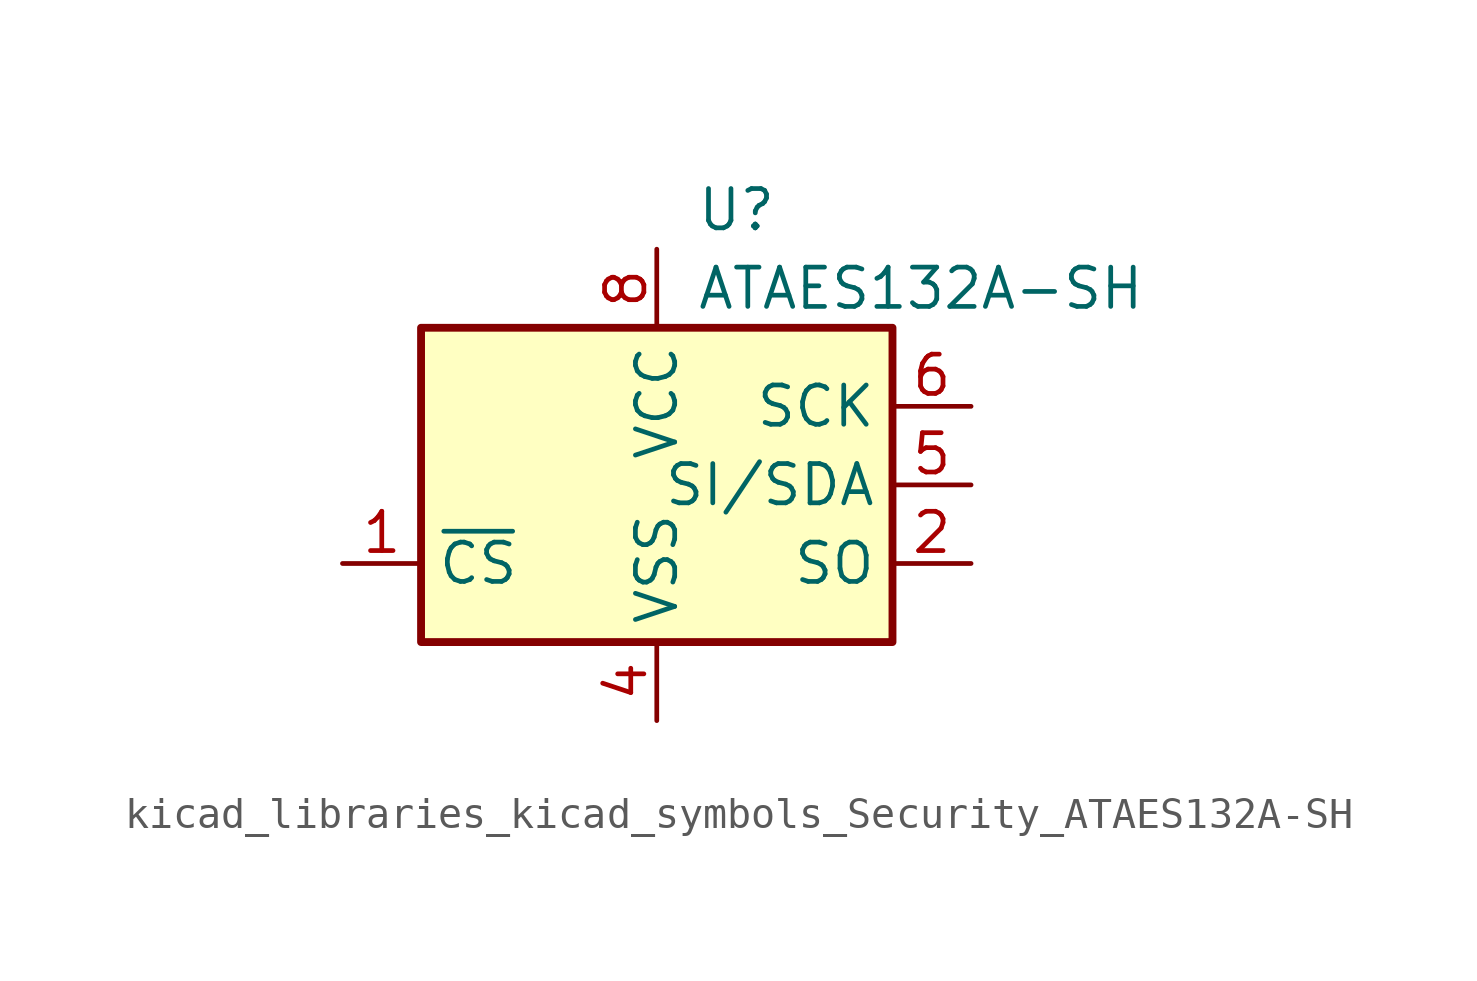
<source format=kicad_sym>
(kicad_symbol_lib
  (version 20220914)
  (generator kicad_symbol_editor)
  (symbol "kicad_libraries_kicad_symbols_Security_ATAES132A-SH"
    (property "Reference" "U"
      (at 1.27 8.89 0)
      (effects (font (size 1.27 1.27)) (justify left)))
    (property "Value" "ATAES132A-SH"
      (at 1.27 6.35 0)
      (effects (font (size 1.27 1.27)) (justify left)))
    (symbol "kicad_libraries_kicad_symbols_Security_ATAES132A-SH_0_1"
      (rectangle (start 7.62 5.08) (end -7.62 -5.08) (stroke (width 0.254) (type default)) (fill (type background))))
    (symbol "kicad_libraries_kicad_symbols_Security_ATAES132A-SH_1_1"
      (pin input line (at -10.16 -2.54 0) (length 2.54) (name "~{CS}" (effects (font (size 1.27 1.27)))) (number "1" (effects (font (size 1.27 1.27)))))
      (pin output line (at 10.16 -2.54 180) (length 2.54) (name "SO" (effects (font (size 1.27 1.27)))) (number "2" (effects (font (size 1.27 1.27)))))
      (pin no_connect line (at -7.62 2.54 0) (length 2.54) hide (name "NC" (effects (font (size 1.27 1.27)))) (number "3" (effects (font (size 1.27 1.27)))))
      (pin power_in line (at 0 -7.62 90) (length 2.54) (name "VSS" (effects (font (size 1.27 1.27)))) (number "4" (effects (font (size 1.27 1.27)))))
      (pin bidirectional line (at 10.16 0 180) (length 2.54) (name "SI/SDA" (effects (font (size 1.27 1.27)))) (number "5" (effects (font (size 1.27 1.27)))))
      (pin input line (at 10.16 2.54 180) (length 2.54) (name "SCK" (effects (font (size 1.27 1.27)))) (number "6" (effects (font (size 1.27 1.27)))))
      (pin no_connect line (at -7.62 0 0) (length 2.54) hide (name "NC" (effects (font (size 1.27 1.27)))) (number "7" (effects (font (size 1.27 1.27)))))
      (pin power_in line (at 0 7.62 270) (length 2.54) (name "VCC" (effects (font (size 1.27 1.27)))) (number "8" (effects (font (size 1.27 1.27))))))))
</source>
